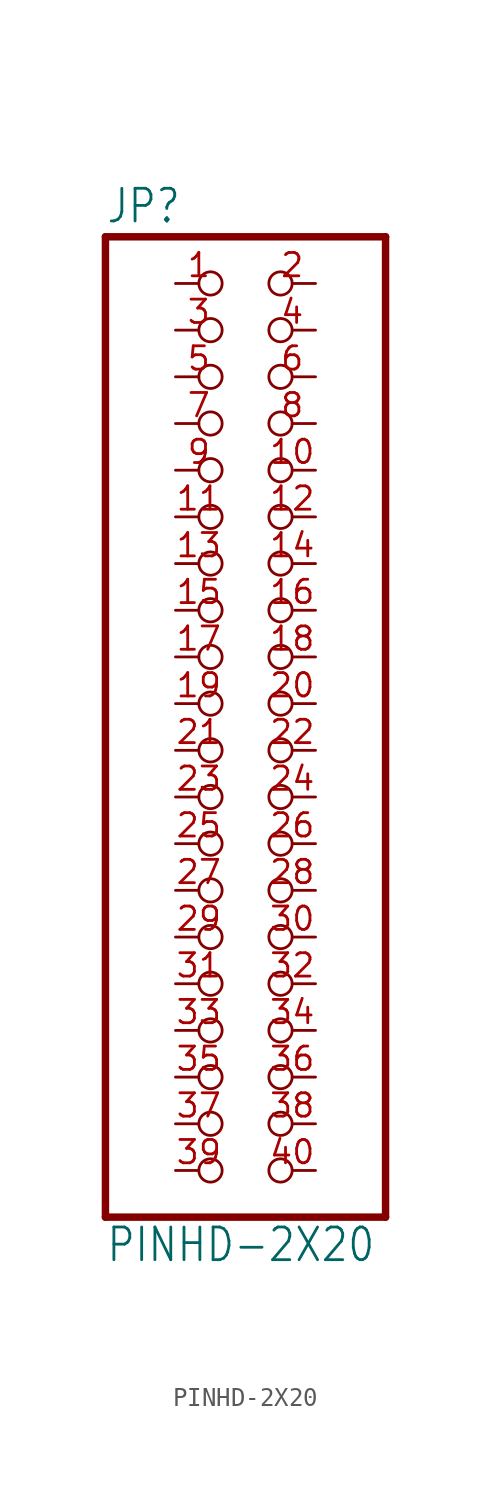
<source format=kicad_sym>
(kicad_symbol_lib
  (version 20201005)
  (generator kicad_symbol_editor)
  (symbol "PINHD-2X20"
    (property "Reference" "JP"
      (at -6.35 26.035 0)
      (effects (font (size 1.778 1.511)) (justify left bottom)))
    (property "Value" "PINHD-2X20"
      (at -6.35 -30.48 0)
      (effects (font (size 1.778 1.511)) (justify left bottom)))
    (property "ki_locked" ""
      (at 0 0 0)
      (effects (font (size 1.27 1.27))))
    (symbol "PINHD-2X20_1_0"
      (polyline (pts (xy -6.35 -27.94) (xy 8.89 -27.94)) (stroke (width 0.406)) (fill (type none)))
      (polyline (pts (xy -6.35 25.4) (xy -6.35 -27.94)) (stroke (width 0.406)) (fill (type none)))
      (polyline (pts (xy 8.89 -27.94) (xy 8.89 25.4)) (stroke (width 0.406)) (fill (type none)))
      (polyline (pts (xy 8.89 25.4) (xy -6.35 25.4)) (stroke (width 0.406)) (fill (type none)))
      (pin passive inverted (at -2.54 22.86 0) (length 2.54) (name "1" (effects (font (size 0 0)))) (number "1" (effects (font (size 1.27 1.27)))))
      (pin passive inverted (at 5.08 12.7 180) (length 2.54) (name "10" (effects (font (size 0 0)))) (number "10" (effects (font (size 1.27 1.27)))))
      (pin passive inverted (at -2.54 10.16 0) (length 2.54) (name "11" (effects (font (size 0 0)))) (number "11" (effects (font (size 1.27 1.27)))))
      (pin passive inverted (at 5.08 10.16 180) (length 2.54) (name "12" (effects (font (size 0 0)))) (number "12" (effects (font (size 1.27 1.27)))))
      (pin passive inverted (at -2.54 7.62 0) (length 2.54) (name "13" (effects (font (size 0 0)))) (number "13" (effects (font (size 1.27 1.27)))))
      (pin passive inverted (at 5.08 7.62 180) (length 2.54) (name "14" (effects (font (size 0 0)))) (number "14" (effects (font (size 1.27 1.27)))))
      (pin passive inverted (at -2.54 5.08 0) (length 2.54) (name "15" (effects (font (size 0 0)))) (number "15" (effects (font (size 1.27 1.27)))))
      (pin passive inverted (at 5.08 5.08 180) (length 2.54) (name "16" (effects (font (size 0 0)))) (number "16" (effects (font (size 1.27 1.27)))))
      (pin passive inverted (at -2.54 2.54 0) (length 2.54) (name "17" (effects (font (size 0 0)))) (number "17" (effects (font (size 1.27 1.27)))))
      (pin passive inverted (at 5.08 2.54 180) (length 2.54) (name "18" (effects (font (size 0 0)))) (number "18" (effects (font (size 1.27 1.27)))))
      (pin passive inverted (at -2.54 0 0) (length 2.54) (name "19" (effects (font (size 0 0)))) (number "19" (effects (font (size 1.27 1.27)))))
      (pin passive inverted (at 5.08 22.86 180) (length 2.54) (name "2" (effects (font (size 0 0)))) (number "2" (effects (font (size 1.27 1.27)))))
      (pin passive inverted (at 5.08 0 180) (length 2.54) (name "20" (effects (font (size 0 0)))) (number "20" (effects (font (size 1.27 1.27)))))
      (pin passive inverted (at -2.54 -2.54 0) (length 2.54) (name "21" (effects (font (size 0 0)))) (number "21" (effects (font (size 1.27 1.27)))))
      (pin passive inverted (at 5.08 -2.54 180) (length 2.54) (name "22" (effects (font (size 0 0)))) (number "22" (effects (font (size 1.27 1.27)))))
      (pin passive inverted (at -2.54 -5.08 0) (length 2.54) (name "23" (effects (font (size 0 0)))) (number "23" (effects (font (size 1.27 1.27)))))
      (pin passive inverted (at 5.08 -5.08 180) (length 2.54) (name "24" (effects (font (size 0 0)))) (number "24" (effects (font (size 1.27 1.27)))))
      (pin passive inverted (at -2.54 -7.62 0) (length 2.54) (name "25" (effects (font (size 0 0)))) (number "25" (effects (font (size 1.27 1.27)))))
      (pin passive inverted (at 5.08 -7.62 180) (length 2.54) (name "26" (effects (font (size 0 0)))) (number "26" (effects (font (size 1.27 1.27)))))
      (pin passive inverted (at -2.54 -10.16 0) (length 2.54) (name "27" (effects (font (size 0 0)))) (number "27" (effects (font (size 1.27 1.27)))))
      (pin passive inverted (at 5.08 -10.16 180) (length 2.54) (name "28" (effects (font (size 0 0)))) (number "28" (effects (font (size 1.27 1.27)))))
      (pin passive inverted (at -2.54 -12.7 0) (length 2.54) (name "29" (effects (font (size 0 0)))) (number "29" (effects (font (size 1.27 1.27)))))
      (pin passive inverted (at -2.54 20.32 0) (length 2.54) (name "3" (effects (font (size 0 0)))) (number "3" (effects (font (size 1.27 1.27)))))
      (pin passive inverted (at 5.08 -12.7 180) (length 2.54) (name "30" (effects (font (size 0 0)))) (number "30" (effects (font (size 1.27 1.27)))))
      (pin passive inverted (at -2.54 -15.24 0) (length 2.54) (name "31" (effects (font (size 0 0)))) (number "31" (effects (font (size 1.27 1.27)))))
      (pin passive inverted (at 5.08 -15.24 180) (length 2.54) (name "32" (effects (font (size 0 0)))) (number "32" (effects (font (size 1.27 1.27)))))
      (pin passive inverted (at -2.54 -17.78 0) (length 2.54) (name "33" (effects (font (size 0 0)))) (number "33" (effects (font (size 1.27 1.27)))))
      (pin passive inverted (at 5.08 -17.78 180) (length 2.54) (name "34" (effects (font (size 0 0)))) (number "34" (effects (font (size 1.27 1.27)))))
      (pin passive inverted (at -2.54 -20.32 0) (length 2.54) (name "35" (effects (font (size 0 0)))) (number "35" (effects (font (size 1.27 1.27)))))
      (pin passive inverted (at 5.08 -20.32 180) (length 2.54) (name "36" (effects (font (size 0 0)))) (number "36" (effects (font (size 1.27 1.27)))))
      (pin passive inverted (at -2.54 -22.86 0) (length 2.54) (name "37" (effects (font (size 0 0)))) (number "37" (effects (font (size 1.27 1.27)))))
      (pin passive inverted (at 5.08 -22.86 180) (length 2.54) (name "38" (effects (font (size 0 0)))) (number "38" (effects (font (size 1.27 1.27)))))
      (pin passive inverted (at -2.54 -25.4 0) (length 2.54) (name "39" (effects (font (size 0 0)))) (number "39" (effects (font (size 1.27 1.27)))))
      (pin passive inverted (at 5.08 20.32 180) (length 2.54) (name "4" (effects (font (size 0 0)))) (number "4" (effects (font (size 1.27 1.27)))))
      (pin passive inverted (at 5.08 -25.4 180) (length 2.54) (name "40" (effects (font (size 0 0)))) (number "40" (effects (font (size 1.27 1.27)))))
      (pin passive inverted (at -2.54 17.78 0) (length 2.54) (name "5" (effects (font (size 0 0)))) (number "5" (effects (font (size 1.27 1.27)))))
      (pin passive inverted (at 5.08 17.78 180) (length 2.54) (name "6" (effects (font (size 0 0)))) (number "6" (effects (font (size 1.27 1.27)))))
      (pin passive inverted (at -2.54 15.24 0) (length 2.54) (name "7" (effects (font (size 0 0)))) (number "7" (effects (font (size 1.27 1.27)))))
      (pin passive inverted (at 5.08 15.24 180) (length 2.54) (name "8" (effects (font (size 0 0)))) (number "8" (effects (font (size 1.27 1.27)))))
      (pin passive inverted (at -2.54 12.7 0) (length 2.54) (name "9" (effects (font (size 0 0)))) (number "9" (effects (font (size 1.27 1.27))))))))
</source>
